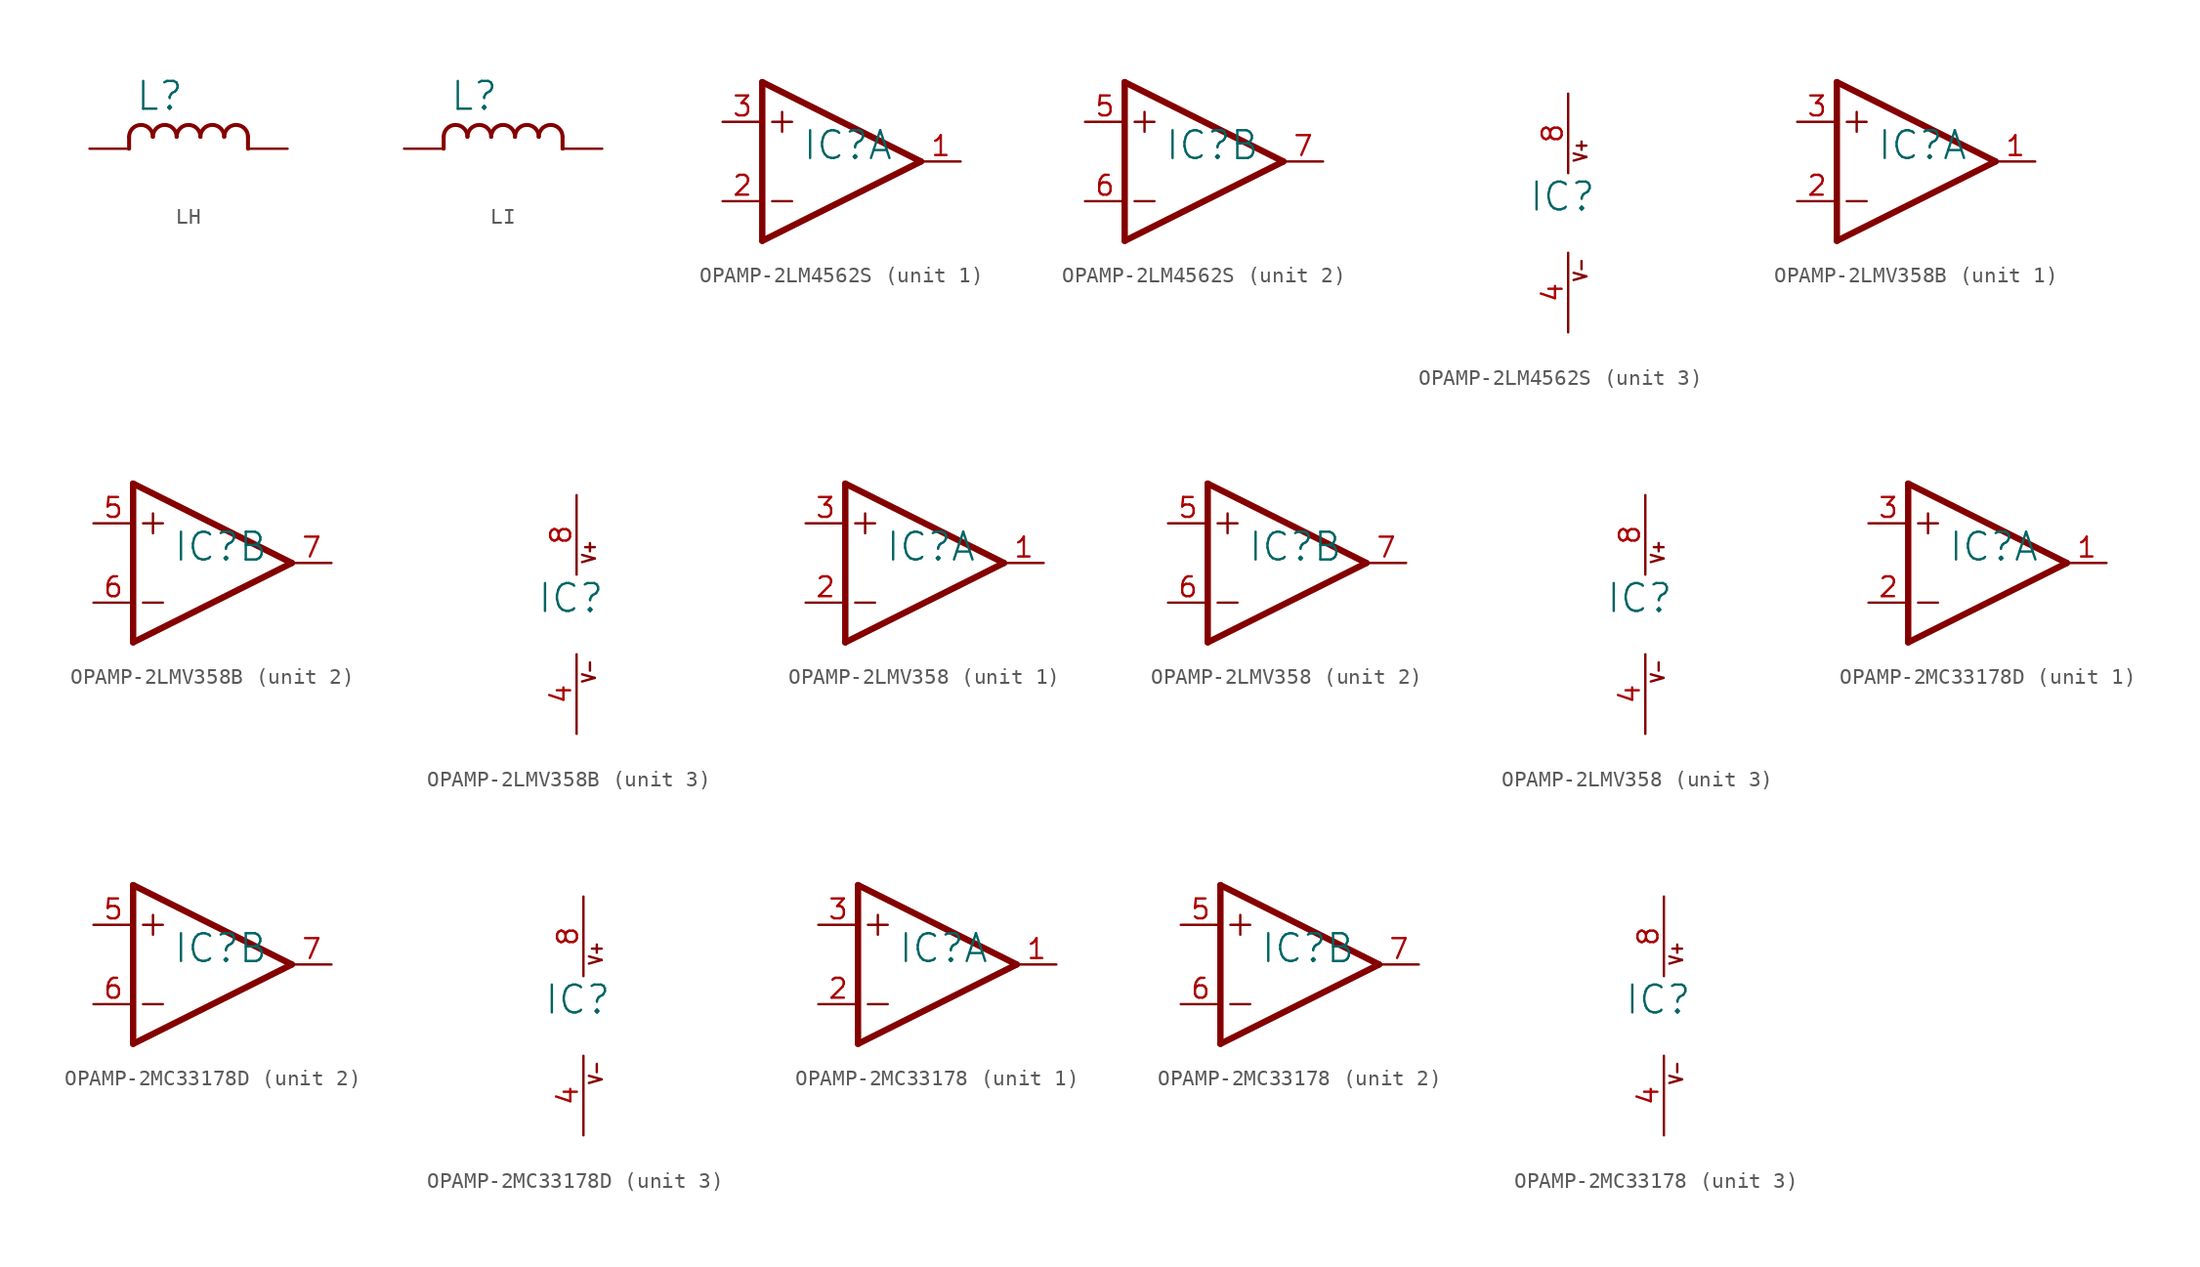
<source format=kicad_sym>
(kicad_symbol_lib
  (version 20231120)
  (generator "kicad_symbol_editor")
  (generator_version "8.0")
  (symbol "LH"
    (property "Reference" "L"
      (at -2.159 2.34 0)
      (effects (font (size 1.778 1.778)) (justify left bottom)))
    (property "Value" ""
      (at -2.794 -2.54 0)
      (effects (font (size 1.778 1.778)) (justify left bottom)))
    (property "ki_locked" ""
      (at 0 0 0)
      (effects (font (size 1.27 1.27))))
    (symbol "LH_1_0"
      (arc (start -1.016 0.7618) (mid -1.7779 1.5239) (end -2.54 0.762) (stroke (width 0.254) (type solid)) (fill (type none)))
      (polyline (pts (xy -2.54 0.762) (xy -2.54 0)) (stroke (width 0.254) (type solid)) (fill (type none)))
      (polyline (pts (xy 5.08 0.762) (xy 5.08 0)) (stroke (width 0.254) (type solid)) (fill (type none)))
      (arc (start 0.508 0.7618) (mid -0.2539 1.5239) (end -1.016 0.762) (stroke (width 0.254) (type solid)) (fill (type none)))
      (arc (start 2.032 0.7618) (mid 1.2701 1.5239) (end 0.508 0.762) (stroke (width 0.254) (type solid)) (fill (type none)))
      (arc (start 3.556 0.7618) (mid 2.7941 1.5239) (end 2.032 0.762) (stroke (width 0.254) (type solid)) (fill (type none)))
      (arc (start 5.08 0.7618) (mid 4.3181 1.5239) (end 3.556 0.762) (stroke (width 0.254) (type solid)) (fill (type none)))
      (pin passive line (at -5.08 0 0) (length 2.54) (name "1" (effects (font (size 0 0)))) (number "1" (effects (font (size 0 0)))))
      (pin passive line (at 7.62 0 180) (length 2.54) (name "4" (effects (font (size 0 0)))) (number "2" (effects (font (size 0 0)))))))
  (symbol "LI"
    (property "Reference" "L"
      (at -2.159 2.34 0)
      (effects (font (size 1.778 1.778)) (justify left bottom)))
    (property "Value" ""
      (at -2.794 -2.54 0)
      (effects (font (size 1.778 1.778)) (justify left bottom)))
    (property "ki_locked" ""
      (at 0 0 0)
      (effects (font (size 1.27 1.27))))
    (symbol "LI_1_0"
      (arc (start -1.016 0.7618) (mid -1.7779 1.5239) (end -2.54 0.762) (stroke (width 0.254) (type solid)) (fill (type none)))
      (polyline (pts (xy -2.54 0.762) (xy -2.54 0)) (stroke (width 0.254) (type solid)) (fill (type none)))
      (polyline (pts (xy 5.08 0.762) (xy 5.08 0)) (stroke (width 0.254) (type solid)) (fill (type none)))
      (arc (start 0.508 0.7618) (mid -0.2539 1.5239) (end -1.016 0.762) (stroke (width 0.254) (type solid)) (fill (type none)))
      (arc (start 2.032 0.7618) (mid 1.2701 1.5239) (end 0.508 0.762) (stroke (width 0.254) (type solid)) (fill (type none)))
      (arc (start 3.556 0.7618) (mid 2.7941 1.5239) (end 2.032 0.762) (stroke (width 0.254) (type solid)) (fill (type none)))
      (arc (start 5.08 0.7618) (mid 4.3181 1.5239) (end 3.556 0.762) (stroke (width 0.254) (type solid)) (fill (type none)))
      (pin passive line (at -5.08 0 0) (length 2.54) (name "1" (effects (font (size 0 0)))) (number "1" (effects (font (size 0 0)))))
      (pin passive line (at 7.62 0 180) (length 2.54) (name "4" (effects (font (size 0 0)))) (number "2" (effects (font (size 0 0)))))))
  (symbol "OPAMP-2LM4562S"
    (property "Reference" "IC"
      (at -2.54 0 0)
      (effects (font (size 1.778 1.778)) (justify left bottom)))
    (property "ki_locked" ""
      (at 0 0 0)
      (effects (font (size 1.27 1.27))))
    (symbol "OPAMP-2LM4562S_1_0"
      (polyline (pts (xy -5.08 -5.08) (xy 5.08 0)) (stroke (width 0.406) (type solid)) (fill (type none)))
      (polyline (pts (xy -5.08 5.08) (xy -5.08 -5.08)) (stroke (width 0.406) (type solid)) (fill (type none)))
      (polyline (pts (xy -4.445 -2.54) (xy -3.175 -2.54)) (stroke (width 0.152) (type solid)) (fill (type none)))
      (polyline (pts (xy -4.445 2.54) (xy -3.175 2.54)) (stroke (width 0.152) (type solid)) (fill (type none)))
      (polyline (pts (xy -3.81 3.175) (xy -3.81 1.905)) (stroke (width 0.152) (type solid)) (fill (type none)))
      (polyline (pts (xy 5.08 0) (xy -5.08 5.08)) (stroke (width 0.406) (type solid)) (fill (type none)))
      (pin output line (at 7.62 0 180) (length 2.54) (name "OUT" (effects (font (size 0 0)))) (number "1" (effects (font (size 1.27 1.27)))))
      (pin input line (at -7.62 -2.54 0) (length 2.54) (name "-IN" (effects (font (size 0 0)))) (number "2" (effects (font (size 1.27 1.27)))))
      (pin input line (at -7.62 2.54 0) (length 2.54) (name "+IN" (effects (font (size 0 0)))) (number "3" (effects (font (size 1.27 1.27))))))
    (symbol "OPAMP-2LM4562S_2_0"
      (polyline (pts (xy -5.08 -5.08) (xy 5.08 0)) (stroke (width 0.406) (type solid)) (fill (type none)))
      (polyline (pts (xy -5.08 5.08) (xy -5.08 -5.08)) (stroke (width 0.406) (type solid)) (fill (type none)))
      (polyline (pts (xy -4.445 -2.54) (xy -3.175 -2.54)) (stroke (width 0.152) (type solid)) (fill (type none)))
      (polyline (pts (xy -4.445 2.54) (xy -3.175 2.54)) (stroke (width 0.152) (type solid)) (fill (type none)))
      (polyline (pts (xy -3.81 3.175) (xy -3.81 1.905)) (stroke (width 0.152) (type solid)) (fill (type none)))
      (polyline (pts (xy 5.08 0) (xy -5.08 5.08)) (stroke (width 0.406) (type solid)) (fill (type none)))
      (pin input line (at -7.62 2.54 0) (length 2.54) (name "+IN" (effects (font (size 0 0)))) (number "5" (effects (font (size 1.27 1.27)))))
      (pin input line (at -7.62 -2.54 0) (length 2.54) (name "-IN" (effects (font (size 0 0)))) (number "6" (effects (font (size 1.27 1.27)))))
      (pin output line (at 7.62 0 180) (length 2.54) (name "OUT" (effects (font (size 0 0)))) (number "7" (effects (font (size 1.27 1.27))))))
    (symbol "OPAMP-2LM4562S_3_0"
      (text "V+" (at 1.27 3.175 900) (effects (font (size 0.813 0.691)) (justify left bottom)))
      (text "V-" (at 1.27 -4.445 900) (effects (font (size 0.813 0.691)) (justify left bottom)))
      (pin power_in line (at 0 -7.62 90) (length 5.08) (name "V-" (effects (font (size 0 0)))) (number "4" (effects (font (size 1.27 1.27)))))
      (pin power_in line (at 0 7.62 270) (length 5.08) (name "V+" (effects (font (size 0 0)))) (number "8" (effects (font (size 1.27 1.27)))))))
  (symbol "OPAMP-2LMV358B"
    (property "Reference" "IC"
      (at -2.54 0 0)
      (effects (font (size 1.778 1.778)) (justify left bottom)))
    (property "ki_locked" ""
      (at 0 0 0)
      (effects (font (size 1.27 1.27))))
    (symbol "OPAMP-2LMV358B_1_0"
      (polyline (pts (xy -5.08 -5.08) (xy 5.08 0)) (stroke (width 0.406) (type solid)) (fill (type none)))
      (polyline (pts (xy -5.08 5.08) (xy -5.08 -5.08)) (stroke (width 0.406) (type solid)) (fill (type none)))
      (polyline (pts (xy -4.445 -2.54) (xy -3.175 -2.54)) (stroke (width 0.152) (type solid)) (fill (type none)))
      (polyline (pts (xy -4.445 2.54) (xy -3.175 2.54)) (stroke (width 0.152) (type solid)) (fill (type none)))
      (polyline (pts (xy -3.81 3.175) (xy -3.81 1.905)) (stroke (width 0.152) (type solid)) (fill (type none)))
      (polyline (pts (xy 5.08 0) (xy -5.08 5.08)) (stroke (width 0.406) (type solid)) (fill (type none)))
      (pin output line (at 7.62 0 180) (length 2.54) (name "OUT" (effects (font (size 0 0)))) (number "1" (effects (font (size 1.27 1.27)))))
      (pin input line (at -7.62 -2.54 0) (length 2.54) (name "-IN" (effects (font (size 0 0)))) (number "2" (effects (font (size 1.27 1.27)))))
      (pin input line (at -7.62 2.54 0) (length 2.54) (name "+IN" (effects (font (size 0 0)))) (number "3" (effects (font (size 1.27 1.27))))))
    (symbol "OPAMP-2LMV358B_2_0"
      (polyline (pts (xy -5.08 -5.08) (xy 5.08 0)) (stroke (width 0.406) (type solid)) (fill (type none)))
      (polyline (pts (xy -5.08 5.08) (xy -5.08 -5.08)) (stroke (width 0.406) (type solid)) (fill (type none)))
      (polyline (pts (xy -4.445 -2.54) (xy -3.175 -2.54)) (stroke (width 0.152) (type solid)) (fill (type none)))
      (polyline (pts (xy -4.445 2.54) (xy -3.175 2.54)) (stroke (width 0.152) (type solid)) (fill (type none)))
      (polyline (pts (xy -3.81 3.175) (xy -3.81 1.905)) (stroke (width 0.152) (type solid)) (fill (type none)))
      (polyline (pts (xy 5.08 0) (xy -5.08 5.08)) (stroke (width 0.406) (type solid)) (fill (type none)))
      (pin input line (at -7.62 2.54 0) (length 2.54) (name "+IN" (effects (font (size 0 0)))) (number "5" (effects (font (size 1.27 1.27)))))
      (pin input line (at -7.62 -2.54 0) (length 2.54) (name "-IN" (effects (font (size 0 0)))) (number "6" (effects (font (size 1.27 1.27)))))
      (pin output line (at 7.62 0 180) (length 2.54) (name "OUT" (effects (font (size 0 0)))) (number "7" (effects (font (size 1.27 1.27))))))
    (symbol "OPAMP-2LMV358B_3_0"
      (text "V+" (at 1.27 3.175 900) (effects (font (size 0.813 0.691)) (justify left bottom)))
      (text "V-" (at 1.27 -4.445 900) (effects (font (size 0.813 0.691)) (justify left bottom)))
      (pin power_in line (at 0 -7.62 90) (length 5.08) (name "V-" (effects (font (size 0 0)))) (number "4" (effects (font (size 1.27 1.27)))))
      (pin power_in line (at 0 7.62 270) (length 5.08) (name "V+" (effects (font (size 0 0)))) (number "8" (effects (font (size 1.27 1.27)))))))
  (symbol "OPAMP-2LMV358"
    (property "Reference" "IC"
      (at -2.54 0 0)
      (effects (font (size 1.778 1.778)) (justify left bottom)))
    (property "ki_locked" ""
      (at 0 0 0)
      (effects (font (size 1.27 1.27))))
    (symbol "OPAMP-2LMV358_1_0"
      (polyline (pts (xy -5.08 -5.08) (xy 5.08 0)) (stroke (width 0.406) (type solid)) (fill (type none)))
      (polyline (pts (xy -5.08 5.08) (xy -5.08 -5.08)) (stroke (width 0.406) (type solid)) (fill (type none)))
      (polyline (pts (xy -4.445 -2.54) (xy -3.175 -2.54)) (stroke (width 0.152) (type solid)) (fill (type none)))
      (polyline (pts (xy -4.445 2.54) (xy -3.175 2.54)) (stroke (width 0.152) (type solid)) (fill (type none)))
      (polyline (pts (xy -3.81 3.175) (xy -3.81 1.905)) (stroke (width 0.152) (type solid)) (fill (type none)))
      (polyline (pts (xy 5.08 0) (xy -5.08 5.08)) (stroke (width 0.406) (type solid)) (fill (type none)))
      (pin output line (at 7.62 0 180) (length 2.54) (name "OUT" (effects (font (size 0 0)))) (number "1" (effects (font (size 1.27 1.27)))))
      (pin input line (at -7.62 -2.54 0) (length 2.54) (name "-IN" (effects (font (size 0 0)))) (number "2" (effects (font (size 1.27 1.27)))))
      (pin input line (at -7.62 2.54 0) (length 2.54) (name "+IN" (effects (font (size 0 0)))) (number "3" (effects (font (size 1.27 1.27))))))
    (symbol "OPAMP-2LMV358_2_0"
      (polyline (pts (xy -5.08 -5.08) (xy 5.08 0)) (stroke (width 0.406) (type solid)) (fill (type none)))
      (polyline (pts (xy -5.08 5.08) (xy -5.08 -5.08)) (stroke (width 0.406) (type solid)) (fill (type none)))
      (polyline (pts (xy -4.445 -2.54) (xy -3.175 -2.54)) (stroke (width 0.152) (type solid)) (fill (type none)))
      (polyline (pts (xy -4.445 2.54) (xy -3.175 2.54)) (stroke (width 0.152) (type solid)) (fill (type none)))
      (polyline (pts (xy -3.81 3.175) (xy -3.81 1.905)) (stroke (width 0.152) (type solid)) (fill (type none)))
      (polyline (pts (xy 5.08 0) (xy -5.08 5.08)) (stroke (width 0.406) (type solid)) (fill (type none)))
      (pin input line (at -7.62 2.54 0) (length 2.54) (name "+IN" (effects (font (size 0 0)))) (number "5" (effects (font (size 1.27 1.27)))))
      (pin input line (at -7.62 -2.54 0) (length 2.54) (name "-IN" (effects (font (size 0 0)))) (number "6" (effects (font (size 1.27 1.27)))))
      (pin output line (at 7.62 0 180) (length 2.54) (name "OUT" (effects (font (size 0 0)))) (number "7" (effects (font (size 1.27 1.27))))))
    (symbol "OPAMP-2LMV358_3_0"
      (text "V+" (at 1.27 3.175 900) (effects (font (size 0.813 0.691)) (justify left bottom)))
      (text "V-" (at 1.27 -4.445 900) (effects (font (size 0.813 0.691)) (justify left bottom)))
      (pin power_in line (at 0 -7.62 90) (length 5.08) (name "V-" (effects (font (size 0 0)))) (number "4" (effects (font (size 1.27 1.27)))))
      (pin power_in line (at 0 7.62 270) (length 5.08) (name "V+" (effects (font (size 0 0)))) (number "8" (effects (font (size 1.27 1.27)))))))
  (symbol "OPAMP-2MC33178D"
    (property "Reference" "IC"
      (at -2.54 0 0)
      (effects (font (size 1.778 1.778)) (justify left bottom)))
    (property "ki_locked" ""
      (at 0 0 0)
      (effects (font (size 1.27 1.27))))
    (symbol "OPAMP-2MC33178D_1_0"
      (polyline (pts (xy -5.08 -5.08) (xy 5.08 0)) (stroke (width 0.406) (type solid)) (fill (type none)))
      (polyline (pts (xy -5.08 5.08) (xy -5.08 -5.08)) (stroke (width 0.406) (type solid)) (fill (type none)))
      (polyline (pts (xy -4.445 -2.54) (xy -3.175 -2.54)) (stroke (width 0.152) (type solid)) (fill (type none)))
      (polyline (pts (xy -4.445 2.54) (xy -3.175 2.54)) (stroke (width 0.152) (type solid)) (fill (type none)))
      (polyline (pts (xy -3.81 3.175) (xy -3.81 1.905)) (stroke (width 0.152) (type solid)) (fill (type none)))
      (polyline (pts (xy 5.08 0) (xy -5.08 5.08)) (stroke (width 0.406) (type solid)) (fill (type none)))
      (pin output line (at 7.62 0 180) (length 2.54) (name "OUT" (effects (font (size 0 0)))) (number "1" (effects (font (size 1.27 1.27)))))
      (pin input line (at -7.62 -2.54 0) (length 2.54) (name "-IN" (effects (font (size 0 0)))) (number "2" (effects (font (size 1.27 1.27)))))
      (pin input line (at -7.62 2.54 0) (length 2.54) (name "+IN" (effects (font (size 0 0)))) (number "3" (effects (font (size 1.27 1.27))))))
    (symbol "OPAMP-2MC33178D_2_0"
      (polyline (pts (xy -5.08 -5.08) (xy 5.08 0)) (stroke (width 0.406) (type solid)) (fill (type none)))
      (polyline (pts (xy -5.08 5.08) (xy -5.08 -5.08)) (stroke (width 0.406) (type solid)) (fill (type none)))
      (polyline (pts (xy -4.445 -2.54) (xy -3.175 -2.54)) (stroke (width 0.152) (type solid)) (fill (type none)))
      (polyline (pts (xy -4.445 2.54) (xy -3.175 2.54)) (stroke (width 0.152) (type solid)) (fill (type none)))
      (polyline (pts (xy -3.81 3.175) (xy -3.81 1.905)) (stroke (width 0.152) (type solid)) (fill (type none)))
      (polyline (pts (xy 5.08 0) (xy -5.08 5.08)) (stroke (width 0.406) (type solid)) (fill (type none)))
      (pin input line (at -7.62 2.54 0) (length 2.54) (name "+IN" (effects (font (size 0 0)))) (number "5" (effects (font (size 1.27 1.27)))))
      (pin input line (at -7.62 -2.54 0) (length 2.54) (name "-IN" (effects (font (size 0 0)))) (number "6" (effects (font (size 1.27 1.27)))))
      (pin output line (at 7.62 0 180) (length 2.54) (name "OUT" (effects (font (size 0 0)))) (number "7" (effects (font (size 1.27 1.27))))))
    (symbol "OPAMP-2MC33178D_3_0"
      (text "V+" (at 1.27 3.175 900) (effects (font (size 0.813 0.691)) (justify left bottom)))
      (text "V-" (at 1.27 -4.445 900) (effects (font (size 0.813 0.691)) (justify left bottom)))
      (pin power_in line (at 0 -7.62 90) (length 5.08) (name "V-" (effects (font (size 0 0)))) (number "4" (effects (font (size 1.27 1.27)))))
      (pin power_in line (at 0 7.62 270) (length 5.08) (name "V+" (effects (font (size 0 0)))) (number "8" (effects (font (size 1.27 1.27)))))))
  (symbol "OPAMP-2MC33178"
    (property "Reference" "IC"
      (at -2.54 0 0)
      (effects (font (size 1.778 1.778)) (justify left bottom)))
    (property "ki_locked" ""
      (at 0 0 0)
      (effects (font (size 1.27 1.27))))
    (symbol "OPAMP-2MC33178_1_0"
      (polyline (pts (xy -5.08 -5.08) (xy 5.08 0)) (stroke (width 0.406) (type solid)) (fill (type none)))
      (polyline (pts (xy -5.08 5.08) (xy -5.08 -5.08)) (stroke (width 0.406) (type solid)) (fill (type none)))
      (polyline (pts (xy -4.445 -2.54) (xy -3.175 -2.54)) (stroke (width 0.152) (type solid)) (fill (type none)))
      (polyline (pts (xy -4.445 2.54) (xy -3.175 2.54)) (stroke (width 0.152) (type solid)) (fill (type none)))
      (polyline (pts (xy -3.81 3.175) (xy -3.81 1.905)) (stroke (width 0.152) (type solid)) (fill (type none)))
      (polyline (pts (xy 5.08 0) (xy -5.08 5.08)) (stroke (width 0.406) (type solid)) (fill (type none)))
      (pin output line (at 7.62 0 180) (length 2.54) (name "OUT" (effects (font (size 0 0)))) (number "1" (effects (font (size 1.27 1.27)))))
      (pin input line (at -7.62 -2.54 0) (length 2.54) (name "-IN" (effects (font (size 0 0)))) (number "2" (effects (font (size 1.27 1.27)))))
      (pin input line (at -7.62 2.54 0) (length 2.54) (name "+IN" (effects (font (size 0 0)))) (number "3" (effects (font (size 1.27 1.27))))))
    (symbol "OPAMP-2MC33178_2_0"
      (polyline (pts (xy -5.08 -5.08) (xy 5.08 0)) (stroke (width 0.406) (type solid)) (fill (type none)))
      (polyline (pts (xy -5.08 5.08) (xy -5.08 -5.08)) (stroke (width 0.406) (type solid)) (fill (type none)))
      (polyline (pts (xy -4.445 -2.54) (xy -3.175 -2.54)) (stroke (width 0.152) (type solid)) (fill (type none)))
      (polyline (pts (xy -4.445 2.54) (xy -3.175 2.54)) (stroke (width 0.152) (type solid)) (fill (type none)))
      (polyline (pts (xy -3.81 3.175) (xy -3.81 1.905)) (stroke (width 0.152) (type solid)) (fill (type none)))
      (polyline (pts (xy 5.08 0) (xy -5.08 5.08)) (stroke (width 0.406) (type solid)) (fill (type none)))
      (pin input line (at -7.62 2.54 0) (length 2.54) (name "+IN" (effects (font (size 0 0)))) (number "5" (effects (font (size 1.27 1.27)))))
      (pin input line (at -7.62 -2.54 0) (length 2.54) (name "-IN" (effects (font (size 0 0)))) (number "6" (effects (font (size 1.27 1.27)))))
      (pin output line (at 7.62 0 180) (length 2.54) (name "OUT" (effects (font (size 0 0)))) (number "7" (effects (font (size 1.27 1.27))))))
    (symbol "OPAMP-2MC33178_3_0"
      (text "V+" (at 1.27 3.175 900) (effects (font (size 0.813 0.691)) (justify left bottom)))
      (text "V-" (at 1.27 -4.445 900) (effects (font (size 0.813 0.691)) (justify left bottom)))
      (pin power_in line (at 0 -7.62 90) (length 5.08) (name "V-" (effects (font (size 0 0)))) (number "4" (effects (font (size 1.27 1.27)))))
      (pin power_in line (at 0 7.62 270) (length 5.08) (name "V+" (effects (font (size 0 0)))) (number "8" (effects (font (size 1.27 1.27))))))))
</source>
